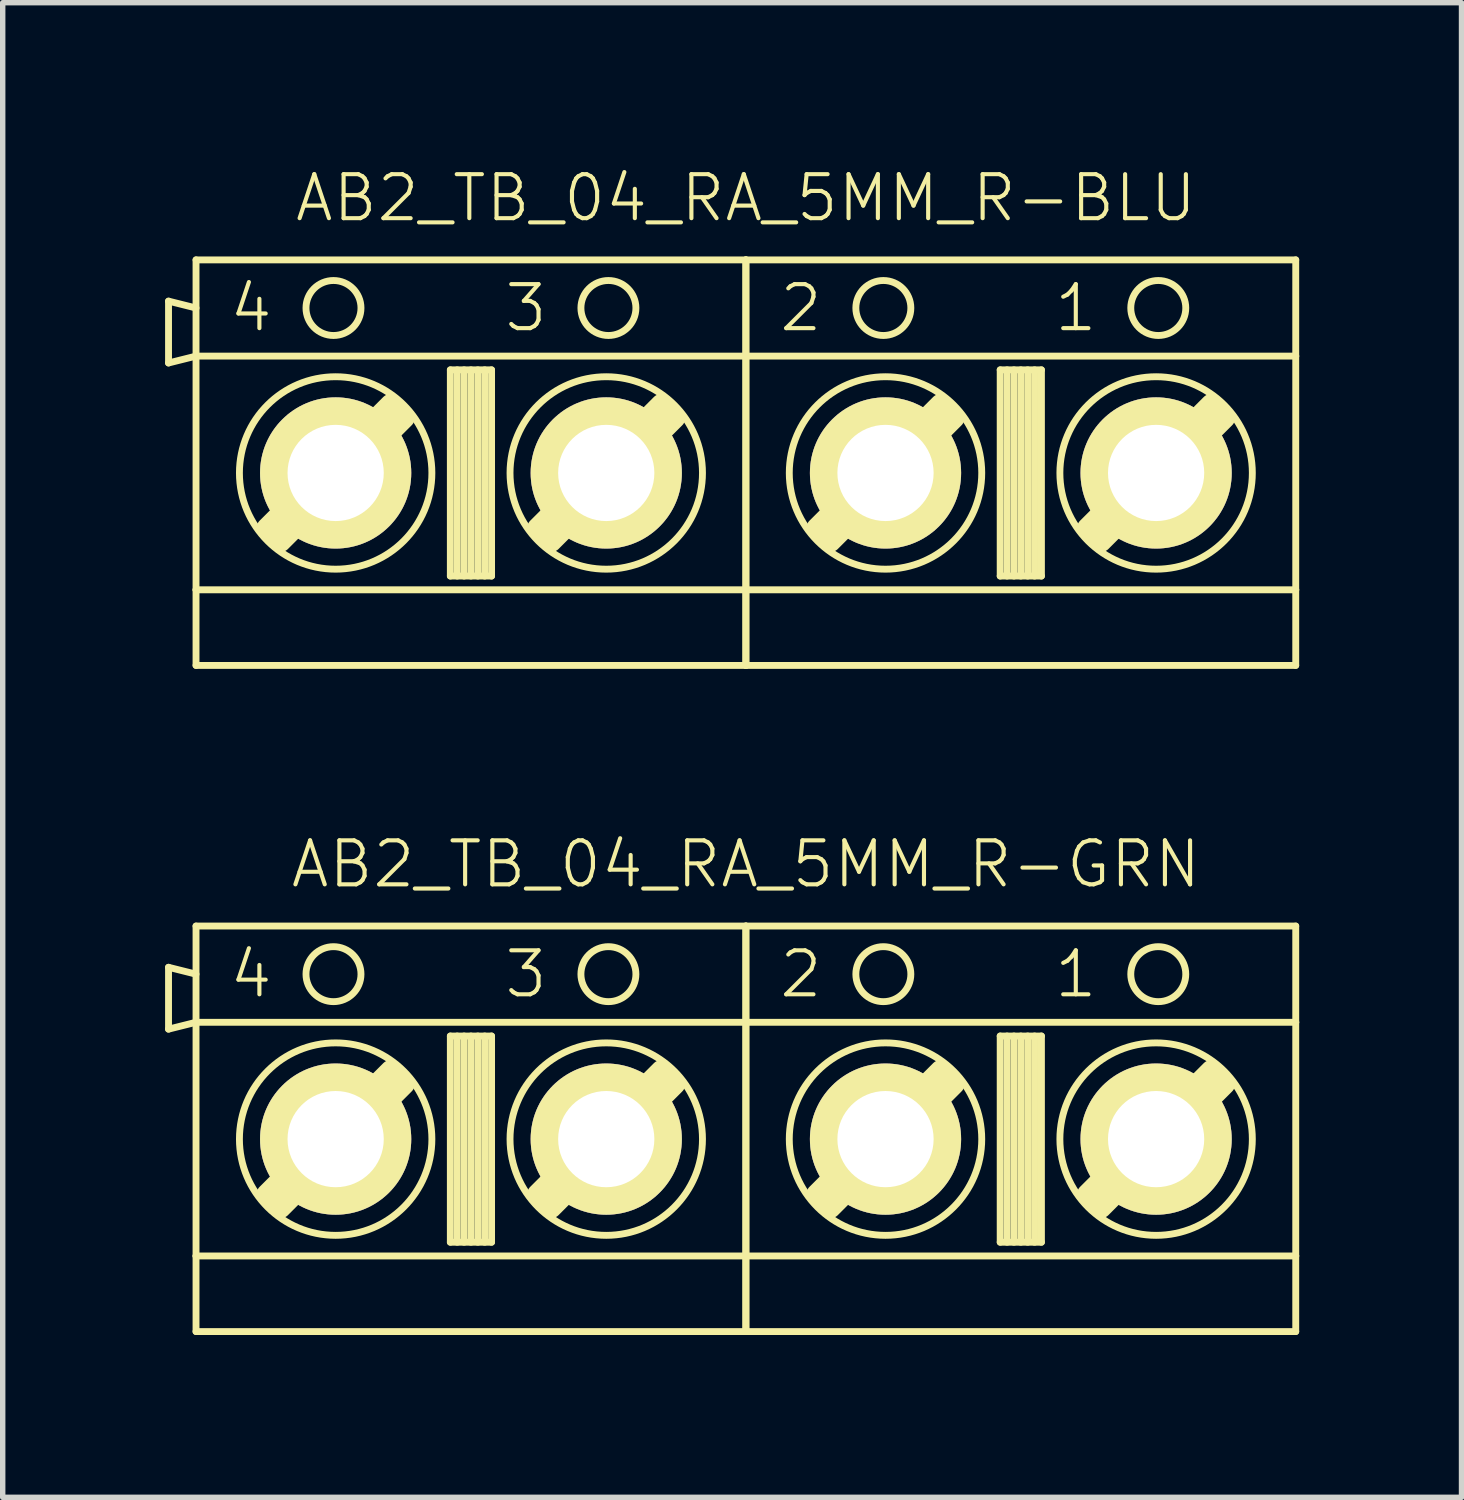
<source format=kicad_pcb>
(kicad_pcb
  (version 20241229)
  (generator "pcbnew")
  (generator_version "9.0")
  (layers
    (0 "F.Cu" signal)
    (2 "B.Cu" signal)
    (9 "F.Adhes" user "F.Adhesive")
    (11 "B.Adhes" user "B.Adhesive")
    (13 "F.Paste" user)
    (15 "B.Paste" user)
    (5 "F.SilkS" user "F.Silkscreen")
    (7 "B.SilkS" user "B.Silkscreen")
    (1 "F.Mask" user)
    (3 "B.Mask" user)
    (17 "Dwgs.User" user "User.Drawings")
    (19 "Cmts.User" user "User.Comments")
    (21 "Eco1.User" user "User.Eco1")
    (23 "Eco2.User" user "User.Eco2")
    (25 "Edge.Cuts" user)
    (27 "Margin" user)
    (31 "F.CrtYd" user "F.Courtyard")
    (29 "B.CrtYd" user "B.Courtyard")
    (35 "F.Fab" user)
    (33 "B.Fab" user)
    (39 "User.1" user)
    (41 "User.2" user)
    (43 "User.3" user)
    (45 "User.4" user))
  (footprint "AB2_TB_04_RA_5MM_R-BLU"
    (layer "F.Cu")
    (at 10.732 5.689)
    (property "Reference" "AB2_TB_04_RA_5MM_R-BLU" (at 0 -5.08 0) (layer "F.SilkS") (effects (font (size 0.813 0.813) (thickness 0.076))))
    (attr through_hole)
    (fp_line (start -10.668 -3.175) (end -10.16 -3.048) (stroke (width 0.127) (type solid)) (layer "F.SilkS"))
    (fp_line (start -10.668 -2.032) (end -10.668 -3.175) (stroke (width 0.127) (type solid)) (layer "F.SilkS"))
    (fp_line (start -10.16 -3.937) (end 0 -3.937) (stroke (width 0.127) (type solid)) (layer "F.SilkS"))
    (fp_line (start -10.16 -2.159) (end -10.668 -2.032) (stroke (width 0.127) (type solid)) (layer "F.SilkS"))
    (fp_line (start -10.16 -2.159) (end -10.16 -3.937) (stroke (width 0.127) (type solid)) (layer "F.SilkS"))
    (fp_line (start -10.16 -2.159) (end 0 -2.159) (stroke (width 0.127) (type solid)) (layer "F.SilkS"))
    (fp_line (start -10.16 2.159) (end -10.16 -2.159) (stroke (width 0.127) (type solid)) (layer "F.SilkS"))
    (fp_line (start -10.16 2.159) (end -10.16 3.556) (stroke (width 0.127) (type solid)) (layer "F.SilkS"))
    (fp_line (start -10.16 3.556) (end 0 3.556) (stroke (width 0.127) (type solid)) (layer "F.SilkS"))
    (fp_line (start -8.85 1.016) (end -6.564 -1.27) (stroke (width 0.381) (type solid)) (layer "F.SilkS"))
    (fp_line (start -8.723 1.143) (end -6.437 -1.143) (stroke (width 0.381) (type solid)) (layer "F.SilkS"))
    (fp_line (start -6.31 -1.016) (end -8.596 1.27) (stroke (width 0.381) (type solid)) (layer "F.SilkS"))
    (fp_line (start -5.461 -1.905) (end -4.699 -1.905) (stroke (width 0.127) (type solid)) (layer "F.SilkS"))
    (fp_line (start -5.461 1.905) (end -5.461 -1.905) (stroke (width 0.127) (type solid)) (layer "F.SilkS"))
    (fp_line (start -5.334 -1.905) (end -5.334 1.905) (stroke (width 0.127) (type solid)) (layer "F.SilkS"))
    (fp_line (start -5.207 -1.905) (end -5.207 1.905) (stroke (width 0.127) (type solid)) (layer "F.SilkS"))
    (fp_line (start -5.08 -1.905) (end -5.08 1.905) (stroke (width 0.127) (type solid)) (layer "F.SilkS"))
    (fp_line (start -4.953 -1.905) (end -4.953 1.905) (stroke (width 0.127) (type solid)) (layer "F.SilkS"))
    (fp_line (start -4.826 -1.905) (end -4.826 1.905) (stroke (width 0.127) (type solid)) (layer "F.SilkS"))
    (fp_line (start -4.699 -1.905) (end -4.699 1.905) (stroke (width 0.127) (type solid)) (layer "F.SilkS"))
    (fp_line (start -4.699 1.905) (end -5.461 1.905) (stroke (width 0.127) (type solid)) (layer "F.SilkS"))
    (fp_line (start -3.85 1.016) (end -1.564 -1.27) (stroke (width 0.381) (type solid)) (layer "F.SilkS"))
    (fp_line (start -3.723 1.143) (end -1.437 -1.143) (stroke (width 0.381) (type solid)) (layer "F.SilkS"))
    (fp_line (start -1.31 -1.016) (end -3.596 1.27) (stroke (width 0.381) (type solid)) (layer "F.SilkS"))
    (fp_line (start 0 -3.937) (end 0 -2.159) (stroke (width 0.127) (type solid)) (layer "F.SilkS"))
    (fp_line (start 0 -3.937) (end 10.16 -3.937) (stroke (width 0.127) (type solid)) (layer "F.SilkS"))
    (fp_line (start 0 -2.159) (end 0 -3.937) (stroke (width 0.127) (type solid)) (layer "F.SilkS"))
    (fp_line (start 0 -2.159) (end 0 2.159) (stroke (width 0.127) (type solid)) (layer "F.SilkS"))
    (fp_line (start 0 -2.159) (end 10.16 -2.159) (stroke (width 0.127) (type solid)) (layer "F.SilkS"))
    (fp_line (start 0 2.159) (end -10.16 2.159) (stroke (width 0.127) (type solid)) (layer "F.SilkS"))
    (fp_line (start 0 2.159) (end 0 -2.159) (stroke (width 0.127) (type solid)) (layer "F.SilkS"))
    (fp_line (start 0 2.159) (end 0 3.556) (stroke (width 0.127) (type solid)) (layer "F.SilkS"))
    (fp_line (start 0 3.556) (end 0 2.159) (stroke (width 0.127) (type solid)) (layer "F.SilkS"))
    (fp_line (start 0 3.556) (end 10.16 3.556) (stroke (width 0.127) (type solid)) (layer "F.SilkS"))
    (fp_line (start 1.31 1.016) (end 3.596 -1.27) (stroke (width 0.381) (type solid)) (layer "F.SilkS"))
    (fp_line (start 1.437 1.143) (end 3.723 -1.143) (stroke (width 0.381) (type solid)) (layer "F.SilkS"))
    (fp_line (start 3.85 -1.016) (end 1.564 1.27) (stroke (width 0.381) (type solid)) (layer "F.SilkS"))
    (fp_line (start 4.699 -1.905) (end 5.461 -1.905) (stroke (width 0.127) (type solid)) (layer "F.SilkS"))
    (fp_line (start 4.699 1.905) (end 4.699 -1.905) (stroke (width 0.127) (type solid)) (layer "F.SilkS"))
    (fp_line (start 4.826 -1.905) (end 4.826 1.905) (stroke (width 0.127) (type solid)) (layer "F.SilkS"))
    (fp_line (start 4.953 -1.905) (end 4.953 1.905) (stroke (width 0.127) (type solid)) (layer "F.SilkS"))
    (fp_line (start 5.08 -1.905) (end 5.08 1.905) (stroke (width 0.127) (type solid)) (layer "F.SilkS"))
    (fp_line (start 5.207 -1.905) (end 5.207 1.905) (stroke (width 0.127) (type solid)) (layer "F.SilkS"))
    (fp_line (start 5.334 -1.905) (end 5.334 1.905) (stroke (width 0.127) (type solid)) (layer "F.SilkS"))
    (fp_line (start 5.461 -1.905) (end 5.461 1.905) (stroke (width 0.127) (type solid)) (layer "F.SilkS"))
    (fp_line (start 5.461 1.905) (end 4.699 1.905) (stroke (width 0.127) (type solid)) (layer "F.SilkS"))
    (fp_line (start 6.31 1.016) (end 8.596 -1.27) (stroke (width 0.381) (type solid)) (layer "F.SilkS"))
    (fp_line (start 6.437 1.143) (end 8.723 -1.143) (stroke (width 0.381) (type solid)) (layer "F.SilkS"))
    (fp_line (start 8.85 -1.016) (end 6.564 1.27) (stroke (width 0.381) (type solid)) (layer "F.SilkS"))
    (fp_line (start 10.16 -3.937) (end 10.16 -2.159) (stroke (width 0.127) (type solid)) (layer "F.SilkS"))
    (fp_line (start 10.16 -2.159) (end 10.16 2.159) (stroke (width 0.127) (type solid)) (layer "F.SilkS"))
    (fp_line (start 10.16 2.159) (end 0 2.159) (stroke (width 0.127) (type solid)) (layer "F.SilkS"))
    (fp_line (start 10.16 3.556) (end 10.16 2.159) (stroke (width 0.127) (type solid)) (layer "F.SilkS"))
    (fp_circle (center -7.62 -3.048) (end -7.62 -3.556) (stroke (width 0.127) (type solid)) (fill no) (layer "F.SilkS"))
    (fp_circle (center -7.58 0) (end -7.58 -1.778) (stroke (width 0.127) (type solid)) (fill no) (layer "F.SilkS"))
    (fp_circle (center -2.58 0) (end -2.58 -1.778) (stroke (width 0.127) (type solid)) (fill no) (layer "F.SilkS"))
    (fp_circle (center -2.54 -3.048) (end -2.54 -3.556) (stroke (width 0.127) (type solid)) (fill no) (layer "F.SilkS"))
    (fp_circle (center 2.54 -3.048) (end 2.54 -3.556) (stroke (width 0.127) (type solid)) (fill no) (layer "F.SilkS"))
    (fp_circle (center 2.58 0) (end 2.58 -1.778) (stroke (width 0.127) (type solid)) (fill no) (layer "F.SilkS"))
    (fp_circle (center 7.58 0) (end 7.58 -1.778) (stroke (width 0.127) (type solid)) (fill no) (layer "F.SilkS"))
    (fp_circle (center 7.62 -3.048) (end 7.62 -3.556) (stroke (width 0.127) (type solid)) (fill no) (layer "F.SilkS"))
    (fp_text user "2" (at 1.016 -3.048 0) (layer "F.SilkS") (effects (font (size 0.813 0.813) (thickness 0.076))))
    (fp_text user "3" (at -4.064 -3.048 0) (layer "F.SilkS") (effects (font (size 0.813 0.813) (thickness 0.076))))
    (fp_text user "1" (at 6.096 -3.048 0) (layer "F.SilkS") (effects (font (size 0.813 0.813) (thickness 0.076))))
    (fp_text user "4" (at -9.144 -3.048 0) (layer "F.SilkS") (effects (font (size 0.813 0.813) (thickness 0.076))))
    (pad "1" thru_hole circle (at 7.58 0) (size 2.794 2.794) (drill 1.778) (layers "*.Cu" "*.Mask" "F.SilkS"))
    (pad "2" thru_hole circle (at 2.58 0) (size 2.794 2.794) (drill 1.778) (layers "*.Cu" "*.Mask" "F.SilkS"))
    (pad "3" thru_hole circle (at -2.58 0) (size 2.794 2.794) (drill 1.778) (layers "*.Cu" "*.Mask" "F.SilkS"))
    (pad "4" thru_hole circle (at -7.58 0) (size 2.794 2.794) (drill 1.778) (layers "*.Cu" "*.Mask" "F.SilkS")))
  (footprint "AB2_TB_04_RA_5MM_R-GRN"
    (layer "F.Cu")
    (at 10.732 17.998)
    (property "Reference" "AB2_TB_04_RA_5MM_R-GRN" (at 0 -5.08 0) (layer "F.SilkS") (effects (font (size 0.813 0.813) (thickness 0.076))))
    (attr through_hole)
    (fp_line (start -10.668 -3.175) (end -10.16 -3.048) (stroke (width 0.127) (type solid)) (layer "F.SilkS"))
    (fp_line (start -10.668 -2.032) (end -10.668 -3.175) (stroke (width 0.127) (type solid)) (layer "F.SilkS"))
    (fp_line (start -10.16 -3.937) (end 0 -3.937) (stroke (width 0.127) (type solid)) (layer "F.SilkS"))
    (fp_line (start -10.16 -2.159) (end -10.668 -2.032) (stroke (width 0.127) (type solid)) (layer "F.SilkS"))
    (fp_line (start -10.16 -2.159) (end -10.16 -3.937) (stroke (width 0.127) (type solid)) (layer "F.SilkS"))
    (fp_line (start -10.16 -2.159) (end 0 -2.159) (stroke (width 0.127) (type solid)) (layer "F.SilkS"))
    (fp_line (start -10.16 2.159) (end -10.16 -2.159) (stroke (width 0.127) (type solid)) (layer "F.SilkS"))
    (fp_line (start -10.16 2.159) (end -10.16 3.556) (stroke (width 0.127) (type solid)) (layer "F.SilkS"))
    (fp_line (start -10.16 3.556) (end 0 3.556) (stroke (width 0.127) (type solid)) (layer "F.SilkS"))
    (fp_line (start -8.85 1.016) (end -6.564 -1.27) (stroke (width 0.381) (type solid)) (layer "F.SilkS"))
    (fp_line (start -8.723 1.143) (end -6.437 -1.143) (stroke (width 0.381) (type solid)) (layer "F.SilkS"))
    (fp_line (start -6.31 -1.016) (end -8.596 1.27) (stroke (width 0.381) (type solid)) (layer "F.SilkS"))
    (fp_line (start -5.461 -1.905) (end -4.699 -1.905) (stroke (width 0.127) (type solid)) (layer "F.SilkS"))
    (fp_line (start -5.461 1.905) (end -5.461 -1.905) (stroke (width 0.127) (type solid)) (layer "F.SilkS"))
    (fp_line (start -5.334 -1.905) (end -5.334 1.905) (stroke (width 0.127) (type solid)) (layer "F.SilkS"))
    (fp_line (start -5.207 -1.905) (end -5.207 1.905) (stroke (width 0.127) (type solid)) (layer "F.SilkS"))
    (fp_line (start -5.08 -1.905) (end -5.08 1.905) (stroke (width 0.127) (type solid)) (layer "F.SilkS"))
    (fp_line (start -4.953 -1.905) (end -4.953 1.905) (stroke (width 0.127) (type solid)) (layer "F.SilkS"))
    (fp_line (start -4.826 -1.905) (end -4.826 1.905) (stroke (width 0.127) (type solid)) (layer "F.SilkS"))
    (fp_line (start -4.699 -1.905) (end -4.699 1.905) (stroke (width 0.127) (type solid)) (layer "F.SilkS"))
    (fp_line (start -4.699 1.905) (end -5.461 1.905) (stroke (width 0.127) (type solid)) (layer "F.SilkS"))
    (fp_line (start -3.85 1.016) (end -1.564 -1.27) (stroke (width 0.381) (type solid)) (layer "F.SilkS"))
    (fp_line (start -3.723 1.143) (end -1.437 -1.143) (stroke (width 0.381) (type solid)) (layer "F.SilkS"))
    (fp_line (start -1.31 -1.016) (end -3.596 1.27) (stroke (width 0.381) (type solid)) (layer "F.SilkS"))
    (fp_line (start 0 -3.937) (end 0 -2.159) (stroke (width 0.127) (type solid)) (layer "F.SilkS"))
    (fp_line (start 0 -3.937) (end 10.16 -3.937) (stroke (width 0.127) (type solid)) (layer "F.SilkS"))
    (fp_line (start 0 -2.159) (end 0 -3.937) (stroke (width 0.127) (type solid)) (layer "F.SilkS"))
    (fp_line (start 0 -2.159) (end 0 2.159) (stroke (width 0.127) (type solid)) (layer "F.SilkS"))
    (fp_line (start 0 -2.159) (end 10.16 -2.159) (stroke (width 0.127) (type solid)) (layer "F.SilkS"))
    (fp_line (start 0 2.159) (end -10.16 2.159) (stroke (width 0.127) (type solid)) (layer "F.SilkS"))
    (fp_line (start 0 2.159) (end 0 -2.159) (stroke (width 0.127) (type solid)) (layer "F.SilkS"))
    (fp_line (start 0 2.159) (end 0 3.556) (stroke (width 0.127) (type solid)) (layer "F.SilkS"))
    (fp_line (start 0 3.556) (end 0 2.159) (stroke (width 0.127) (type solid)) (layer "F.SilkS"))
    (fp_line (start 0 3.556) (end 10.16 3.556) (stroke (width 0.127) (type solid)) (layer "F.SilkS"))
    (fp_line (start 1.31 1.016) (end 3.596 -1.27) (stroke (width 0.381) (type solid)) (layer "F.SilkS"))
    (fp_line (start 1.437 1.143) (end 3.723 -1.143) (stroke (width 0.381) (type solid)) (layer "F.SilkS"))
    (fp_line (start 3.85 -1.016) (end 1.564 1.27) (stroke (width 0.381) (type solid)) (layer "F.SilkS"))
    (fp_line (start 4.699 -1.905) (end 5.461 -1.905) (stroke (width 0.127) (type solid)) (layer "F.SilkS"))
    (fp_line (start 4.699 1.905) (end 4.699 -1.905) (stroke (width 0.127) (type solid)) (layer "F.SilkS"))
    (fp_line (start 4.826 -1.905) (end 4.826 1.905) (stroke (width 0.127) (type solid)) (layer "F.SilkS"))
    (fp_line (start 4.953 -1.905) (end 4.953 1.905) (stroke (width 0.127) (type solid)) (layer "F.SilkS"))
    (fp_line (start 5.08 -1.905) (end 5.08 1.905) (stroke (width 0.127) (type solid)) (layer "F.SilkS"))
    (fp_line (start 5.207 -1.905) (end 5.207 1.905) (stroke (width 0.127) (type solid)) (layer "F.SilkS"))
    (fp_line (start 5.334 -1.905) (end 5.334 1.905) (stroke (width 0.127) (type solid)) (layer "F.SilkS"))
    (fp_line (start 5.461 -1.905) (end 5.461 1.905) (stroke (width 0.127) (type solid)) (layer "F.SilkS"))
    (fp_line (start 5.461 1.905) (end 4.699 1.905) (stroke (width 0.127) (type solid)) (layer "F.SilkS"))
    (fp_line (start 6.31 1.016) (end 8.596 -1.27) (stroke (width 0.381) (type solid)) (layer "F.SilkS"))
    (fp_line (start 6.437 1.143) (end 8.723 -1.143) (stroke (width 0.381) (type solid)) (layer "F.SilkS"))
    (fp_line (start 8.85 -1.016) (end 6.564 1.27) (stroke (width 0.381) (type solid)) (layer "F.SilkS"))
    (fp_line (start 10.16 -3.937) (end 10.16 -2.159) (stroke (width 0.127) (type solid)) (layer "F.SilkS"))
    (fp_line (start 10.16 -2.159) (end 10.16 2.159) (stroke (width 0.127) (type solid)) (layer "F.SilkS"))
    (fp_line (start 10.16 2.159) (end 0 2.159) (stroke (width 0.127) (type solid)) (layer "F.SilkS"))
    (fp_line (start 10.16 3.556) (end 10.16 2.159) (stroke (width 0.127) (type solid)) (layer "F.SilkS"))
    (fp_circle (center -7.62 -3.048) (end -7.62 -3.556) (stroke (width 0.127) (type solid)) (fill no) (layer "F.SilkS"))
    (fp_circle (center -7.58 0) (end -7.58 -1.778) (stroke (width 0.127) (type solid)) (fill no) (layer "F.SilkS"))
    (fp_circle (center -2.58 0) (end -2.58 -1.778) (stroke (width 0.127) (type solid)) (fill no) (layer "F.SilkS"))
    (fp_circle (center -2.54 -3.048) (end -2.54 -3.556) (stroke (width 0.127) (type solid)) (fill no) (layer "F.SilkS"))
    (fp_circle (center 2.54 -3.048) (end 2.54 -3.556) (stroke (width 0.127) (type solid)) (fill no) (layer "F.SilkS"))
    (fp_circle (center 2.58 0) (end 2.58 -1.778) (stroke (width 0.127) (type solid)) (fill no) (layer "F.SilkS"))
    (fp_circle (center 7.58 0) (end 7.58 -1.778) (stroke (width 0.127) (type solid)) (fill no) (layer "F.SilkS"))
    (fp_circle (center 7.62 -3.048) (end 7.62 -3.556) (stroke (width 0.127) (type solid)) (fill no) (layer "F.SilkS"))
    (fp_text user "2" (at 1.016 -3.048 0) (layer "F.SilkS") (effects (font (size 0.813 0.813) (thickness 0.076))))
    (fp_text user "3" (at -4.064 -3.048 0) (layer "F.SilkS") (effects (font (size 0.813 0.813) (thickness 0.076))))
    (fp_text user "4" (at -9.144 -3.048 0) (layer "F.SilkS") (effects (font (size 0.813 0.813) (thickness 0.076))))
    (fp_text user "1" (at 6.096 -3.048 0) (layer "F.SilkS") (effects (font (size 0.813 0.813) (thickness 0.076))))
    (pad "1" thru_hole circle (at 7.58 0) (size 2.794 2.794) (drill 1.778) (layers "*.Cu" "*.Mask" "F.SilkS"))
    (pad "2" thru_hole circle (at 2.58 0) (size 2.794 2.794) (drill 1.778) (layers "*.Cu" "*.Mask" "F.SilkS"))
    (pad "3" thru_hole circle (at -2.58 0) (size 2.794 2.794) (drill 1.778) (layers "*.Cu" "*.Mask" "F.SilkS"))
    (pad "4" thru_hole circle (at -7.58 0) (size 2.794 2.794) (drill 1.778) (layers "*.Cu" "*.Mask" "F.SilkS")))
  (gr_rect
    (start -3 -3)
    (end 23.955 24.617)
    (stroke (width 0.1) (type default))
    (fill no)
    (layer "Edge.Cuts")))
</source>
